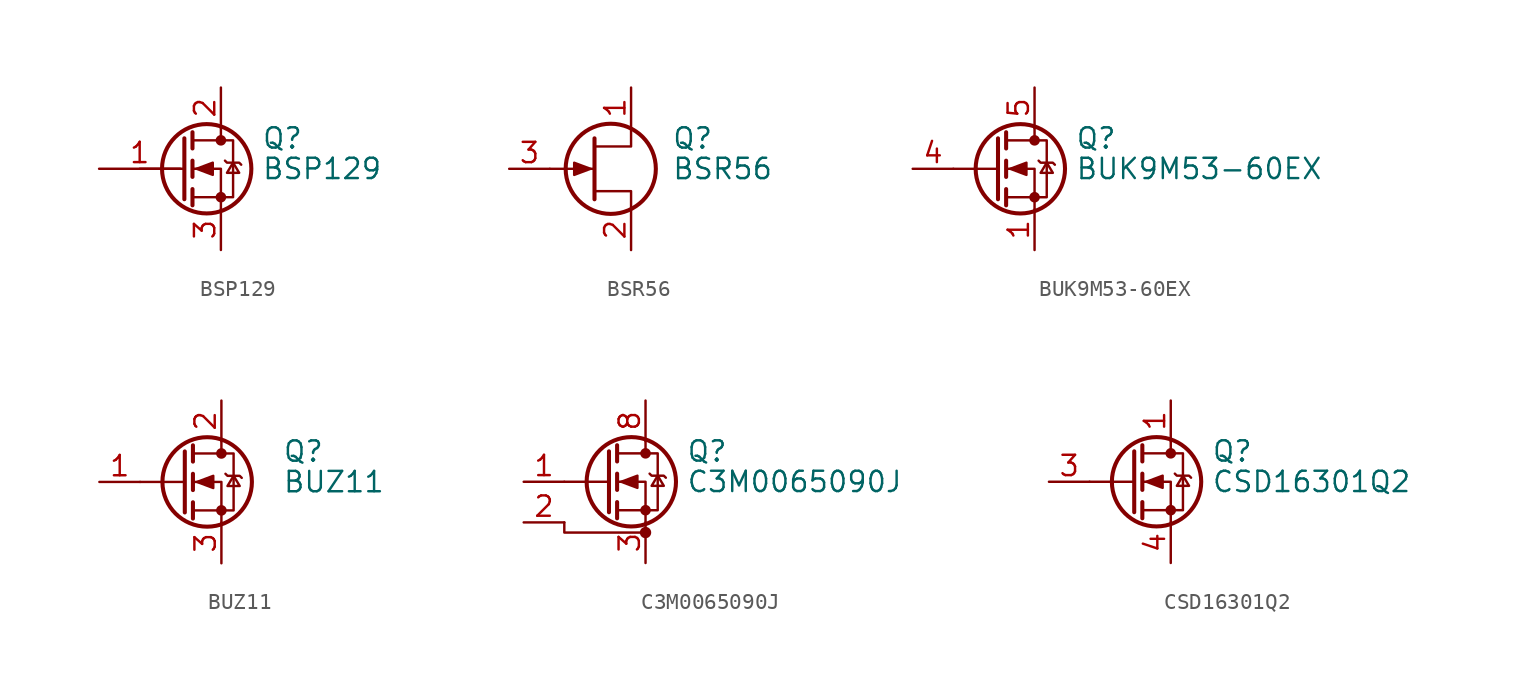
<source format=kicad_sym>
(kicad_symbol_lib
  (version 20211014)
  (generator kicad_symbol_editor)
  (symbol "BSP129"
    (pin_names hide)
    (property "Reference" "Q"
      (at 5.08 1.905 0)
      (effects (font (size 1.27 1.27)) (justify left)))
    (property "Value" "BSP129"
      (at 5.08 0 0)
      (effects (font (size 1.27 1.27)) (justify left)))
    (symbol "BSP129_0_1"
      (polyline (pts (xy 0.254 0) (xy -2.54 0)) (stroke (width 0) (type default) (color 0 0 0 0)) (fill (type none)))
      (polyline (pts (xy 0.254 1.905) (xy 0.254 -1.905)) (stroke (width 0.254) (type default) (color 0 0 0 0)) (fill (type none)))
      (polyline (pts (xy 0.762 -1.27) (xy 0.762 -2.286)) (stroke (width 0.254) (type default) (color 0 0 0 0)) (fill (type none)))
      (polyline (pts (xy 0.762 0.508) (xy 0.762 -0.508)) (stroke (width 0.254) (type default) (color 0 0 0 0)) (fill (type none)))
      (polyline (pts (xy 0.762 2.286) (xy 0.762 1.27)) (stroke (width 0.254) (type default) (color 0 0 0 0)) (fill (type none)))
      (polyline (pts (xy 2.54 2.54) (xy 2.54 1.778)) (stroke (width 0) (type default) (color 0 0 0 0)) (fill (type none)))
      (polyline (pts (xy 2.54 -2.54) (xy 2.54 0) (xy 0.762 0)) (stroke (width 0) (type default) (color 0 0 0 0)) (fill (type none)))
      (polyline (pts (xy 0.762 -1.778) (xy 3.302 -1.778) (xy 3.302 1.778) (xy 0.762 1.778)) (stroke (width 0) (type default) (color 0 0 0 0)) (fill (type none)))
      (polyline (pts (xy 1.016 0) (xy 2.032 0.381) (xy 2.032 -0.381) (xy 1.016 0)) (stroke (width 0) (type default) (color 0 0 0 0)) (fill (type outline)))
      (polyline (pts (xy 2.794 0.508) (xy 2.921 0.381) (xy 3.683 0.381) (xy 3.81 0.254)) (stroke (width 0) (type default) (color 0 0 0 0)) (fill (type none)))
      (polyline (pts (xy 3.302 0.381) (xy 2.921 -0.254) (xy 3.683 -0.254) (xy 3.302 0.381)) (stroke (width 0) (type default) (color 0 0 0 0)) (fill (type none)))
      (circle (center 1.651 0) (radius 2.794) (stroke (width 0.254) (type default) (color 0 0 0 0)) (fill (type none)))
      (circle (center 2.54 -1.778) (radius 0.254) (stroke (width 0) (type default) (color 0 0 0 0)) (fill (type outline)))
      (circle (center 2.54 1.778) (radius 0.254) (stroke (width 0) (type default) (color 0 0 0 0)) (fill (type outline))))
    (symbol "BSP129_1_1"
      (pin input line (at -5.08 0 0) (length 5.08) (name "G" (effects (font (size 1.27 1.27)))) (number "1" (effects (font (size 1.27 1.27)))))
      (pin passive line (at 2.54 5.08 270) (length 2.54) (name "D" (effects (font (size 1.27 1.27)))) (number "2" (effects (font (size 1.27 1.27)))))
      (pin passive line (at 2.54 -5.08 90) (length 2.54) (name "S" (effects (font (size 1.27 1.27)))) (number "3" (effects (font (size 1.27 1.27)))))))
  (symbol "BSR56"
    (pin_names hide)
    (property "Reference" "Q"
      (at 5.08 1.905 0)
      (effects (font (size 1.27 1.27)) (justify left)))
    (property "Value" "BSR56"
      (at 5.08 0 0)
      (effects (font (size 1.27 1.27)) (justify left)))
    (symbol "BSR56_0_1"
      (polyline (pts (xy 0.254 0) (xy -2.54 0)) (stroke (width 0) (type default) (color 0 0 0 0)) (fill (type none)))
      (polyline (pts (xy 0.254 1.905) (xy 0.254 -1.905)) (stroke (width 0.254) (type default) (color 0 0 0 0)) (fill (type none)))
      (polyline (pts (xy 2.54 -2.54) (xy 2.54 -1.397) (xy 0.254 -1.397)) (stroke (width 0) (type default) (color 0 0 0 0)) (fill (type none)))
      (polyline (pts (xy 2.54 2.54) (xy 2.54 1.397) (xy 0.254 1.397)) (stroke (width 0) (type default) (color 0 0 0 0)) (fill (type none)))
      (polyline (pts (xy 0 0) (xy -1.016 0.381) (xy -1.016 -0.381) (xy 0 0)) (stroke (width 0) (type default) (color 0 0 0 0)) (fill (type outline)))
      (circle (center 1.27 0) (radius 2.819) (stroke (width 0.254) (type default) (color 0 0 0 0)) (fill (type none))))
    (symbol "BSR56_1_1"
      (pin passive line (at 2.54 5.08 270) (length 2.54) (name "D" (effects (font (size 1.27 1.27)))) (number "1" (effects (font (size 1.27 1.27)))))
      (pin passive line (at 2.54 -5.08 90) (length 2.54) (name "S" (effects (font (size 1.27 1.27)))) (number "2" (effects (font (size 1.27 1.27)))))
      (pin input line (at -5.08 0 0) (length 2.54) (name "G" (effects (font (size 1.27 1.27)))) (number "3" (effects (font (size 1.27 1.27)))))))
  (symbol "BUK9M53-60EX"
    (pin_names hide)
    (property "Reference" "Q"
      (at 5.08 1.905 0)
      (effects (font (size 1.27 1.27)) (justify left)))
    (property "Value" "BUK9M53-60EX"
      (at 5.08 0 0)
      (effects (font (size 1.27 1.27)) (justify left)))
    (symbol "BUK9M53-60EX_0_1"
      (polyline (pts (xy 0.254 0) (xy -2.54 0)) (stroke (width 0) (type default) (color 0 0 0 0)) (fill (type none)))
      (polyline (pts (xy 0.254 1.905) (xy 0.254 -1.905)) (stroke (width 0.254) (type default) (color 0 0 0 0)) (fill (type none)))
      (polyline (pts (xy 0.762 -1.27) (xy 0.762 -2.286)) (stroke (width 0.254) (type default) (color 0 0 0 0)) (fill (type none)))
      (polyline (pts (xy 0.762 0.508) (xy 0.762 -0.508)) (stroke (width 0.254) (type default) (color 0 0 0 0)) (fill (type none)))
      (polyline (pts (xy 0.762 2.286) (xy 0.762 1.27)) (stroke (width 0.254) (type default) (color 0 0 0 0)) (fill (type none)))
      (polyline (pts (xy 2.54 2.54) (xy 2.54 1.778)) (stroke (width 0) (type default) (color 0 0 0 0)) (fill (type none)))
      (polyline (pts (xy 2.54 -2.54) (xy 2.54 0) (xy 0.762 0)) (stroke (width 0) (type default) (color 0 0 0 0)) (fill (type none)))
      (polyline (pts (xy 0.762 -1.778) (xy 3.302 -1.778) (xy 3.302 1.778) (xy 0.762 1.778)) (stroke (width 0) (type default) (color 0 0 0 0)) (fill (type none)))
      (polyline (pts (xy 1.016 0) (xy 2.032 0.381) (xy 2.032 -0.381) (xy 1.016 0)) (stroke (width 0) (type default) (color 0 0 0 0)) (fill (type outline)))
      (polyline (pts (xy 2.794 0.508) (xy 2.921 0.381) (xy 3.683 0.381) (xy 3.81 0.254)) (stroke (width 0) (type default) (color 0 0 0 0)) (fill (type none)))
      (polyline (pts (xy 3.302 0.381) (xy 2.921 -0.254) (xy 3.683 -0.254) (xy 3.302 0.381)) (stroke (width 0) (type default) (color 0 0 0 0)) (fill (type none)))
      (circle (center 1.651 0) (radius 2.794) (stroke (width 0.254) (type default) (color 0 0 0 0)) (fill (type none)))
      (circle (center 2.54 -1.778) (radius 0.254) (stroke (width 0) (type default) (color 0 0 0 0)) (fill (type outline)))
      (circle (center 2.54 1.778) (radius 0.254) (stroke (width 0) (type default) (color 0 0 0 0)) (fill (type outline))))
    (symbol "BUK9M53-60EX_1_1"
      (pin passive line (at 2.54 -5.08 90) (length 2.54) (name "S" (effects (font (size 1.27 1.27)))) (number "1" (effects (font (size 1.27 1.27)))))
      (pin passive line (at 2.54 -5.08 90) (length 2.54) hide (name "S" (effects (font (size 1.27 1.27)))) (number "2" (effects (font (size 1.27 1.27)))))
      (pin passive line (at 2.54 -5.08 90) (length 2.54) hide (name "S" (effects (font (size 1.27 1.27)))) (number "3" (effects (font (size 1.27 1.27)))))
      (pin passive line (at -5.08 0 0) (length 2.54) (name "G" (effects (font (size 1.27 1.27)))) (number "4" (effects (font (size 1.27 1.27)))))
      (pin passive line (at 2.54 5.08 270) (length 2.54) (name "D" (effects (font (size 1.27 1.27)))) (number "5" (effects (font (size 1.27 1.27)))))))
  (symbol "BUZ11"
    (pin_names hide)
    (property "Reference" "Q"
      (at 6.35 1.905 0)
      (effects (font (size 1.27 1.27)) (justify left)))
    (property "Value" "BUZ11"
      (at 6.35 0 0)
      (effects (font (size 1.27 1.27)) (justify left)))
    (symbol "BUZ11_0_1"
      (polyline (pts (xy 0.254 0) (xy -2.54 0)) (stroke (width 0) (type default) (color 0 0 0 0)) (fill (type none)))
      (polyline (pts (xy 0.254 1.905) (xy 0.254 -1.905)) (stroke (width 0.254) (type default) (color 0 0 0 0)) (fill (type none)))
      (polyline (pts (xy 0.762 -1.27) (xy 0.762 -2.286)) (stroke (width 0.254) (type default) (color 0 0 0 0)) (fill (type none)))
      (polyline (pts (xy 0.762 0.508) (xy 0.762 -0.508)) (stroke (width 0.254) (type default) (color 0 0 0 0)) (fill (type none)))
      (polyline (pts (xy 0.762 2.286) (xy 0.762 1.27)) (stroke (width 0.254) (type default) (color 0 0 0 0)) (fill (type none)))
      (polyline (pts (xy 2.54 2.54) (xy 2.54 1.778)) (stroke (width 0) (type default) (color 0 0 0 0)) (fill (type none)))
      (polyline (pts (xy 2.54 -2.54) (xy 2.54 0) (xy 0.762 0)) (stroke (width 0) (type default) (color 0 0 0 0)) (fill (type none)))
      (polyline (pts (xy 0.762 -1.778) (xy 3.302 -1.778) (xy 3.302 1.778) (xy 0.762 1.778)) (stroke (width 0) (type default) (color 0 0 0 0)) (fill (type none)))
      (polyline (pts (xy 1.016 0) (xy 2.032 0.381) (xy 2.032 -0.381) (xy 1.016 0)) (stroke (width 0) (type default) (color 0 0 0 0)) (fill (type outline)))
      (polyline (pts (xy 2.794 0.508) (xy 2.921 0.381) (xy 3.683 0.381) (xy 3.81 0.254)) (stroke (width 0) (type default) (color 0 0 0 0)) (fill (type none)))
      (polyline (pts (xy 3.302 0.381) (xy 2.921 -0.254) (xy 3.683 -0.254) (xy 3.302 0.381)) (stroke (width 0) (type default) (color 0 0 0 0)) (fill (type none)))
      (circle (center 1.651 0) (radius 2.794) (stroke (width 0.254) (type default) (color 0 0 0 0)) (fill (type none)))
      (circle (center 2.54 -1.778) (radius 0.254) (stroke (width 0) (type default) (color 0 0 0 0)) (fill (type outline)))
      (circle (center 2.54 1.778) (radius 0.254) (stroke (width 0) (type default) (color 0 0 0 0)) (fill (type outline))))
    (symbol "BUZ11_1_1"
      (pin input line (at -5.08 0 0) (length 2.54) (name "G" (effects (font (size 1.27 1.27)))) (number "1" (effects (font (size 1.27 1.27)))))
      (pin passive line (at 2.54 5.08 270) (length 2.54) (name "D" (effects (font (size 1.27 1.27)))) (number "2" (effects (font (size 1.27 1.27)))))
      (pin passive line (at 2.54 -5.08 90) (length 2.54) (name "S" (effects (font (size 1.27 1.27)))) (number "3" (effects (font (size 1.27 1.27)))))))
  (symbol "C3M0065090J"
    (pin_names hide)
    (property "Reference" "Q"
      (at 5.08 1.905 0)
      (effects (font (size 1.27 1.27)) (justify left)))
    (property "Value" "C3M0065090J"
      (at 5.08 0 0)
      (effects (font (size 1.27 1.27)) (justify left)))
    (symbol "C3M0065090J_0_1"
      (polyline (pts (xy 0.254 0) (xy -2.54 0)) (stroke (width 0) (type default) (color 0 0 0 0)) (fill (type none)))
      (polyline (pts (xy 0.254 1.905) (xy 0.254 -1.905)) (stroke (width 0.254) (type default) (color 0 0 0 0)) (fill (type none)))
      (polyline (pts (xy 0.762 -1.27) (xy 0.762 -2.286)) (stroke (width 0.254) (type default) (color 0 0 0 0)) (fill (type none)))
      (polyline (pts (xy 0.762 0.508) (xy 0.762 -0.508)) (stroke (width 0.254) (type default) (color 0 0 0 0)) (fill (type none)))
      (polyline (pts (xy 0.762 2.286) (xy 0.762 1.27)) (stroke (width 0.254) (type default) (color 0 0 0 0)) (fill (type none)))
      (polyline (pts (xy 2.54 2.54) (xy 2.54 1.778)) (stroke (width 0) (type default) (color 0 0 0 0)) (fill (type none)))
      (polyline (pts (xy -2.54 -2.54) (xy -2.54 -3.175) (xy 2.54 -3.175)) (stroke (width 0) (type default) (color 0 0 0 0)) (fill (type none)))
      (polyline (pts (xy 2.54 -2.54) (xy 2.54 0) (xy 0.762 0)) (stroke (width 0) (type default) (color 0 0 0 0)) (fill (type none)))
      (polyline (pts (xy 0.762 -1.778) (xy 3.302 -1.778) (xy 3.302 1.778) (xy 0.762 1.778)) (stroke (width 0) (type default) (color 0 0 0 0)) (fill (type none)))
      (polyline (pts (xy 1.016 0) (xy 2.032 0.381) (xy 2.032 -0.381) (xy 1.016 0)) (stroke (width 0) (type default) (color 0 0 0 0)) (fill (type outline)))
      (polyline (pts (xy 2.794 0.508) (xy 2.921 0.381) (xy 3.683 0.381) (xy 3.81 0.254)) (stroke (width 0) (type default) (color 0 0 0 0)) (fill (type none)))
      (polyline (pts (xy 3.302 0.381) (xy 2.921 -0.254) (xy 3.683 -0.254) (xy 3.302 0.381)) (stroke (width 0) (type default) (color 0 0 0 0)) (fill (type none)))
      (circle (center 1.651 0) (radius 2.794) (stroke (width 0.254) (type default) (color 0 0 0 0)) (fill (type none)))
      (circle (center 2.54 -3.175) (radius 0.279) (stroke (width 0) (type default) (color 0 0 0 0)) (fill (type outline)))
      (circle (center 2.54 -1.778) (radius 0.254) (stroke (width 0) (type default) (color 0 0 0 0)) (fill (type outline)))
      (circle (center 2.54 1.778) (radius 0.254) (stroke (width 0) (type default) (color 0 0 0 0)) (fill (type outline))))
    (symbol "C3M0065090J_1_1"
      (pin input line (at -5.08 0 0) (length 2.54) (name "G" (effects (font (size 1.27 1.27)))) (number "1" (effects (font (size 1.27 1.27)))))
      (pin passive line (at -5.08 -2.54 0) (length 2.54) (name "DS" (effects (font (size 1.27 1.27)))) (number "2" (effects (font (size 1.27 1.27)))))
      (pin passive line (at 2.54 -5.08 90) (length 2.54) (name "S" (effects (font (size 1.27 1.27)))) (number "3" (effects (font (size 1.27 1.27)))))
      (pin passive line (at 2.54 -5.08 90) (length 2.54) hide (name "S" (effects (font (size 1.27 1.27)))) (number "4" (effects (font (size 1.27 1.27)))))
      (pin passive line (at 2.54 -5.08 90) (length 2.54) hide (name "S" (effects (font (size 1.27 1.27)))) (number "5" (effects (font (size 1.27 1.27)))))
      (pin passive line (at 2.54 -5.08 90) (length 2.54) hide (name "S" (effects (font (size 1.27 1.27)))) (number "6" (effects (font (size 1.27 1.27)))))
      (pin passive line (at 2.54 -5.08 90) (length 2.54) hide (name "S" (effects (font (size 1.27 1.27)))) (number "7" (effects (font (size 1.27 1.27)))))
      (pin passive line (at 2.54 5.08 270) (length 2.54) (name "D" (effects (font (size 1.27 1.27)))) (number "8" (effects (font (size 1.27 1.27)))))))
  (symbol "CSD16301Q2"
    (pin_names hide)
    (property "Reference" "Q"
      (at 5.08 1.905 0)
      (effects (font (size 1.27 1.27)) (justify left)))
    (property "Value" "CSD16301Q2"
      (at 5.08 0 0)
      (effects (font (size 1.27 1.27)) (justify left)))
    (symbol "CSD16301Q2_0_1"
      (polyline (pts (xy 0.254 0) (xy -2.54 0)) (stroke (width 0) (type default) (color 0 0 0 0)) (fill (type none)))
      (polyline (pts (xy 0.254 1.905) (xy 0.254 -1.905)) (stroke (width 0.254) (type default) (color 0 0 0 0)) (fill (type none)))
      (polyline (pts (xy 0.762 -1.27) (xy 0.762 -2.286)) (stroke (width 0.254) (type default) (color 0 0 0 0)) (fill (type none)))
      (polyline (pts (xy 0.762 0.508) (xy 0.762 -0.508)) (stroke (width 0.254) (type default) (color 0 0 0 0)) (fill (type none)))
      (polyline (pts (xy 0.762 2.286) (xy 0.762 1.27)) (stroke (width 0.254) (type default) (color 0 0 0 0)) (fill (type none)))
      (polyline (pts (xy 2.54 2.54) (xy 2.54 1.778)) (stroke (width 0) (type default) (color 0 0 0 0)) (fill (type none)))
      (polyline (pts (xy 2.54 -2.54) (xy 2.54 0) (xy 0.762 0)) (stroke (width 0) (type default) (color 0 0 0 0)) (fill (type none)))
      (polyline (pts (xy 0.762 -1.778) (xy 3.302 -1.778) (xy 3.302 1.778) (xy 0.762 1.778)) (stroke (width 0) (type default) (color 0 0 0 0)) (fill (type none)))
      (polyline (pts (xy 1.016 0) (xy 2.032 0.381) (xy 2.032 -0.381) (xy 1.016 0)) (stroke (width 0) (type default) (color 0 0 0 0)) (fill (type outline)))
      (polyline (pts (xy 2.794 0.508) (xy 2.921 0.381) (xy 3.683 0.381) (xy 3.81 0.254)) (stroke (width 0) (type default) (color 0 0 0 0)) (fill (type none)))
      (polyline (pts (xy 3.302 0.381) (xy 2.921 -0.254) (xy 3.683 -0.254) (xy 3.302 0.381)) (stroke (width 0) (type default) (color 0 0 0 0)) (fill (type none)))
      (circle (center 1.651 0) (radius 2.794) (stroke (width 0.254) (type default) (color 0 0 0 0)) (fill (type none)))
      (circle (center 2.54 -1.778) (radius 0.254) (stroke (width 0) (type default) (color 0 0 0 0)) (fill (type outline)))
      (circle (center 2.54 1.778) (radius 0.254) (stroke (width 0) (type default) (color 0 0 0 0)) (fill (type outline))))
    (symbol "CSD16301Q2_1_1"
      (pin passive line (at 2.54 5.08 270) (length 2.54) (name "D" (effects (font (size 1.27 1.27)))) (number "1" (effects (font (size 1.27 1.27)))))
      (pin passive line (at 2.54 5.08 270) (length 2.54) hide (name "D" (effects (font (size 1.27 1.27)))) (number "2" (effects (font (size 1.27 1.27)))))
      (pin passive line (at -5.08 0 0) (length 2.54) (name "G" (effects (font (size 1.27 1.27)))) (number "3" (effects (font (size 1.27 1.27)))))
      (pin passive line (at 2.54 -5.08 90) (length 2.54) (name "S" (effects (font (size 1.27 1.27)))) (number "4" (effects (font (size 1.27 1.27)))))
      (pin passive line (at 2.54 5.08 270) (length 2.54) hide (name "D" (effects (font (size 1.27 1.27)))) (number "5" (effects (font (size 1.27 1.27)))))
      (pin passive line (at 2.54 5.08 270) (length 2.54) hide (name "D" (effects (font (size 1.27 1.27)))) (number "6" (effects (font (size 1.27 1.27)))))
      (pin passive line (at 2.54 -5.08 90) (length 2.54) hide (name "S" (effects (font (size 1.27 1.27)))) (number "7" (effects (font (size 1.27 1.27)))))
      (pin passive line (at 2.54 5.08 270) (length 2.54) hide (name "D" (effects (font (size 1.27 1.27)))) (number "8" (effects (font (size 1.27 1.27))))))))
</source>
